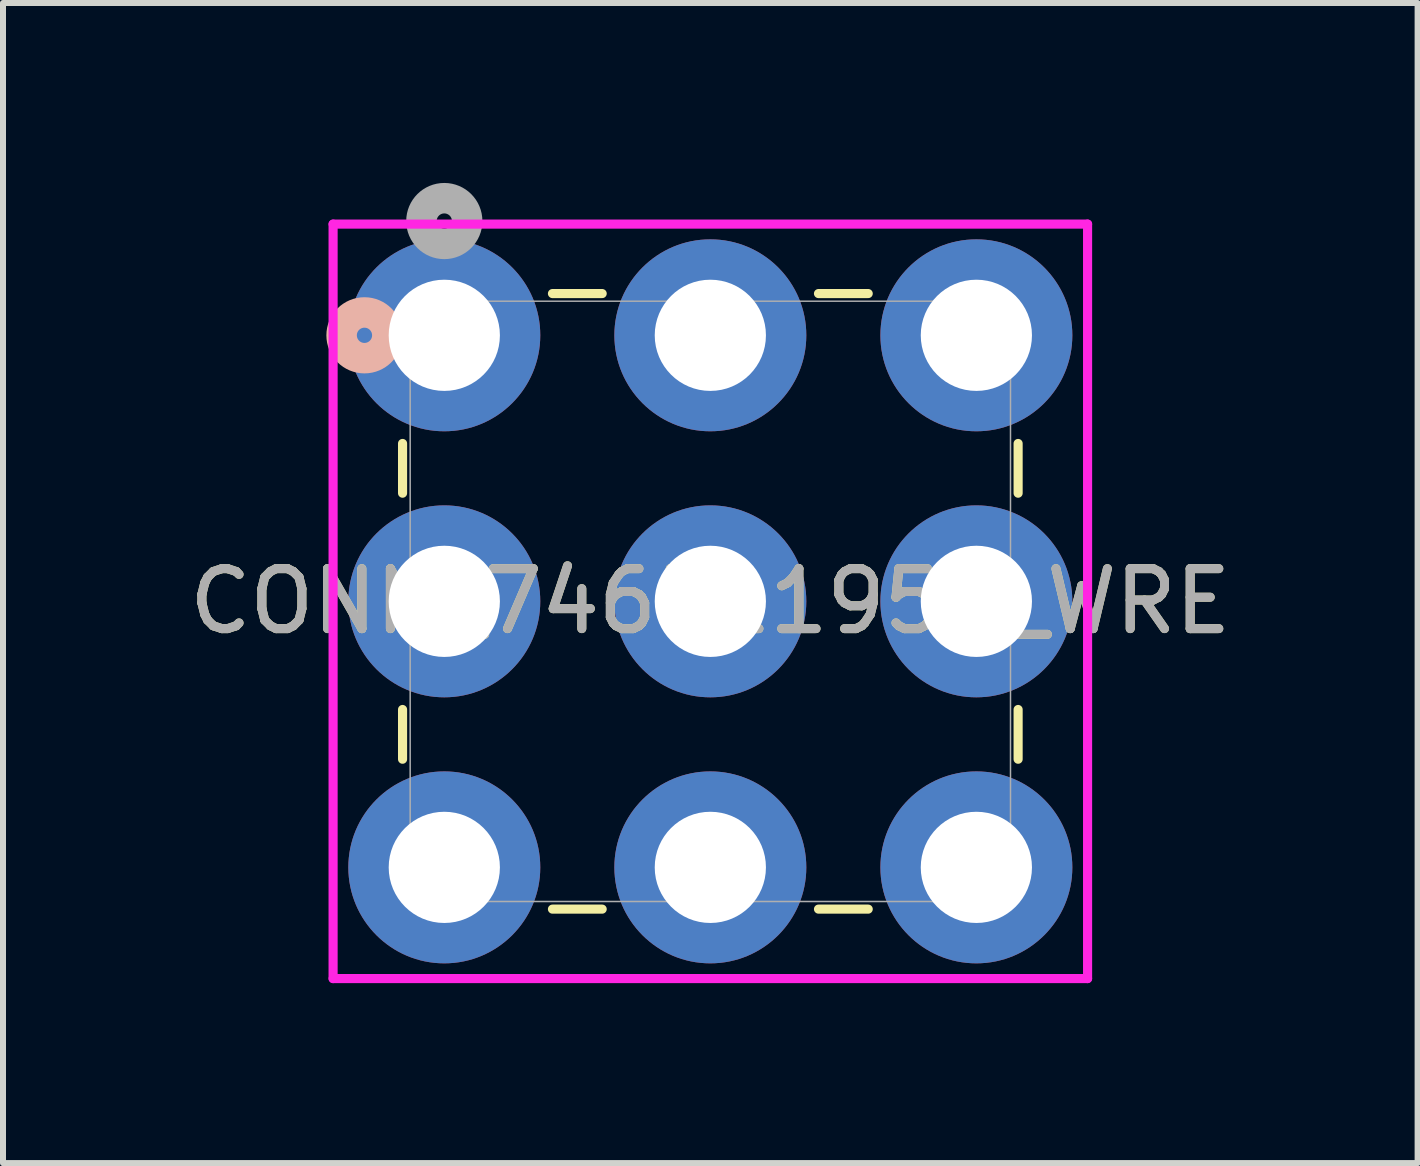
<source format=kicad_pcb>
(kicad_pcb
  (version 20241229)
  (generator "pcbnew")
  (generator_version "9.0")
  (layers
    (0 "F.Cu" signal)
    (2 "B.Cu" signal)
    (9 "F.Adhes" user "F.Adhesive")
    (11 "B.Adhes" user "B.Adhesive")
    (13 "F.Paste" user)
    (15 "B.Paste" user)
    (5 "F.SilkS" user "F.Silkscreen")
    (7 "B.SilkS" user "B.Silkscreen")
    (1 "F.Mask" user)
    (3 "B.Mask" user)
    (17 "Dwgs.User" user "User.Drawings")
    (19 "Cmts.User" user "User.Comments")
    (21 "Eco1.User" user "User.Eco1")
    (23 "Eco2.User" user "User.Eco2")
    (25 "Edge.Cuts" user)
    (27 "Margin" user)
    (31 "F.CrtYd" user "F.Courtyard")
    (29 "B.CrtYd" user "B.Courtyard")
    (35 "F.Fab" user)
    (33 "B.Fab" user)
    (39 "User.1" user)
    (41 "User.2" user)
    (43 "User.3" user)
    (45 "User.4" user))
  (footprint "CONN_74651195R_WRE"
    (layer "F.Cu")
    (at 4.357 2.54)
    (property "Reference" "CONN_74651195R_WRE" (at 4.435 4.435 0) (unlocked yes) (layer "F.SilkS") (effects (font (size 1 1) (thickness 0.15))))
    (attr through_hole)
    (fp_line (start -0.696 1.803) (end -0.696 2.632) (stroke (width 0.152) (type solid)) (layer "F.SilkS"))
    (fp_line (start -0.696 6.238) (end -0.696 7.067) (stroke (width 0.152) (type solid)) (layer "F.SilkS"))
    (fp_line (start 1.803 9.566) (end 2.632 9.566) (stroke (width 0.152) (type solid)) (layer "F.SilkS"))
    (fp_line (start 2.632 -0.696) (end 1.803 -0.696) (stroke (width 0.152) (type solid)) (layer "F.SilkS"))
    (fp_line (start 6.238 9.566) (end 7.067 9.566) (stroke (width 0.152) (type solid)) (layer "F.SilkS"))
    (fp_line (start 7.067 -0.696) (end 6.238 -0.696) (stroke (width 0.152) (type solid)) (layer "F.SilkS"))
    (fp_line (start 9.566 2.632) (end 9.566 1.803) (stroke (width 0.152) (type solid)) (layer "F.SilkS"))
    (fp_line (start 9.566 7.067) (end 9.566 6.238) (stroke (width 0.152) (type solid)) (layer "F.SilkS"))
    (fp_circle (center -1.331 0) (end -0.95 0) (stroke (width 0.508) (type solid)) (fill no) (layer "B.SilkS"))
    (fp_line (start -1.854 -1.854) (end -1.854 10.724) (stroke (width 0.152) (type solid)) (layer "F.CrtYd"))
    (fp_line (start -1.854 10.724) (end 10.724 10.724) (stroke (width 0.152) (type solid)) (layer "F.CrtYd"))
    (fp_line (start 10.724 -1.854) (end -1.854 -1.854) (stroke (width 0.152) (type solid)) (layer "F.CrtYd"))
    (fp_line (start 10.724 10.724) (end 10.724 -1.854) (stroke (width 0.152) (type solid)) (layer "F.CrtYd"))
    (fp_line (start -0.569 -0.569) (end -0.569 9.439) (stroke (width 0.025) (type solid)) (layer "F.Fab"))
    (fp_line (start -0.569 9.439) (end 9.439 9.439) (stroke (width 0.025) (type solid)) (layer "F.Fab"))
    (fp_line (start 9.439 -0.569) (end -0.569 -0.569) (stroke (width 0.025) (type solid)) (layer "F.Fab"))
    (fp_line (start 9.439 9.439) (end 9.439 -0.569) (stroke (width 0.025) (type solid)) (layer "F.Fab"))
    (fp_circle (center 0 -1.905) (end 0.381 -1.905) (stroke (width 0.508) (type solid)) (fill no) (layer "F.Fab"))
    (fp_text user "${REFERENCE}" (at 4.435 4.435 0) (unlocked yes) (layer "F.Fab") (effects (font (size 1 1) (thickness 0.15))))
    (pad "1" thru_hole circle (at 0 0) (size 3.2 3.2) (drill 1.854) (layers "*.Cu" "*.Mask"))
    (pad "2" thru_hole circle (at 0 4.435) (size 3.2 3.2) (drill 1.854) (layers "*.Cu" "*.Mask"))
    (pad "3" thru_hole circle (at 0 8.87) (size 3.2 3.2) (drill 1.854) (layers "*.Cu" "*.Mask"))
    (pad "4" thru_hole circle (at 4.435 0) (size 3.2 3.2) (drill 1.854) (layers "*.Cu" "*.Mask"))
    (pad "5" thru_hole circle (at 4.435 4.435) (size 3.2 3.2) (drill 1.854) (layers "*.Cu" "*.Mask"))
    (pad "6" thru_hole circle (at 4.435 8.87) (size 3.2 3.2) (drill 1.854) (layers "*.Cu" "*.Mask"))
    (pad "7" thru_hole circle (at 8.87 0) (size 3.2 3.2) (drill 1.854) (layers "*.Cu" "*.Mask"))
    (pad "8" thru_hole circle (at 8.87 4.435) (size 3.2 3.2) (drill 1.854) (layers "*.Cu" "*.Mask"))
    (pad "9" thru_hole circle (at 8.87 8.87) (size 3.2 3.2) (drill 1.854) (layers "*.Cu" "*.Mask")))
  (gr_rect
    (start -3 -3)
    (end 20.583 16.34)
    (stroke (width 0.1) (type default))
    (fill no)
    (layer "Edge.Cuts")))
</source>
